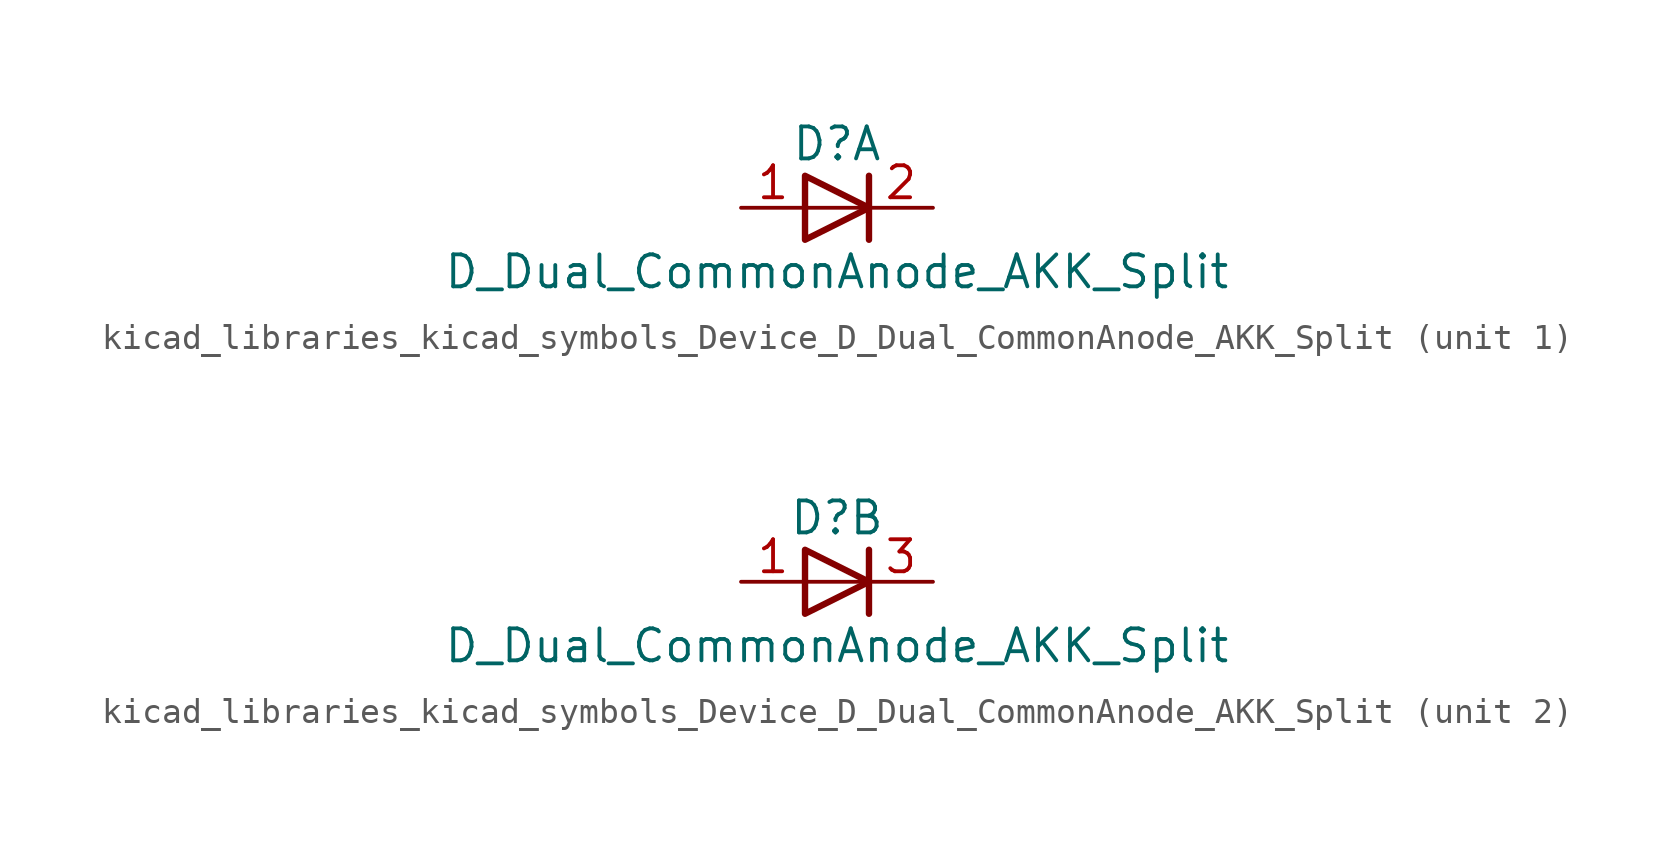
<source format=kicad_sym>
(kicad_symbol_lib
  (version 20220914)
  (generator kicad_symbol_editor)
  (symbol "kicad_libraries_kicad_symbols_Device_D_Dual_CommonAnode_AKK_Split"
    (pin_names
      (offset 0.762) hide)
    (property "Reference" "D"
      (at 0 2.54 0)
      (effects (font (size 1.27 1.27))))
    (property "Value" "D_Dual_CommonAnode_AKK_Split"
      (at 0 -2.54 0)
      (effects (font (size 1.27 1.27))))
    (property "ki_locked" ""
      (at 0 0 0)
      (effects (font (size 1.27 1.27))))
    (symbol "kicad_libraries_kicad_symbols_Device_D_Dual_CommonAnode_AKK_Split_0_0"
      (polyline (pts (xy 1.27 0) (xy -1.27 0)) (stroke (width 0) (type default)) (fill (type none)))
      (polyline (pts (xy 1.27 1.27) (xy 1.27 -1.27)) (stroke (width 0.254) (type default)) (fill (type none))))
    (symbol "kicad_libraries_kicad_symbols_Device_D_Dual_CommonAnode_AKK_Split_0_1"
      (polyline (pts (xy -1.27 1.27) (xy 1.27 0) (xy -1.27 -1.27) (xy -1.27 1.27) (xy -1.27 1.27) (xy -1.27 1.27)) (stroke (width 0.254) (type default)) (fill (type none)))
      (pin passive line (at -3.81 0 0) (length 2.54) (name "A" (effects (font (size 1.27 1.27)))) (number "1" (effects (font (size 1.27 1.27))))))
    (symbol "kicad_libraries_kicad_symbols_Device_D_Dual_CommonAnode_AKK_Split_1_1"
      (pin passive line (at 3.81 0 180) (length 2.54) (name "K" (effects (font (size 1.27 1.27)))) (number "2" (effects (font (size 1.27 1.27))))))
    (symbol "kicad_libraries_kicad_symbols_Device_D_Dual_CommonAnode_AKK_Split_2_1"
      (pin passive line (at 3.81 0 180) (length 2.54) (name "K" (effects (font (size 1.27 1.27)))) (number "3" (effects (font (size 1.27 1.27))))))))
</source>
